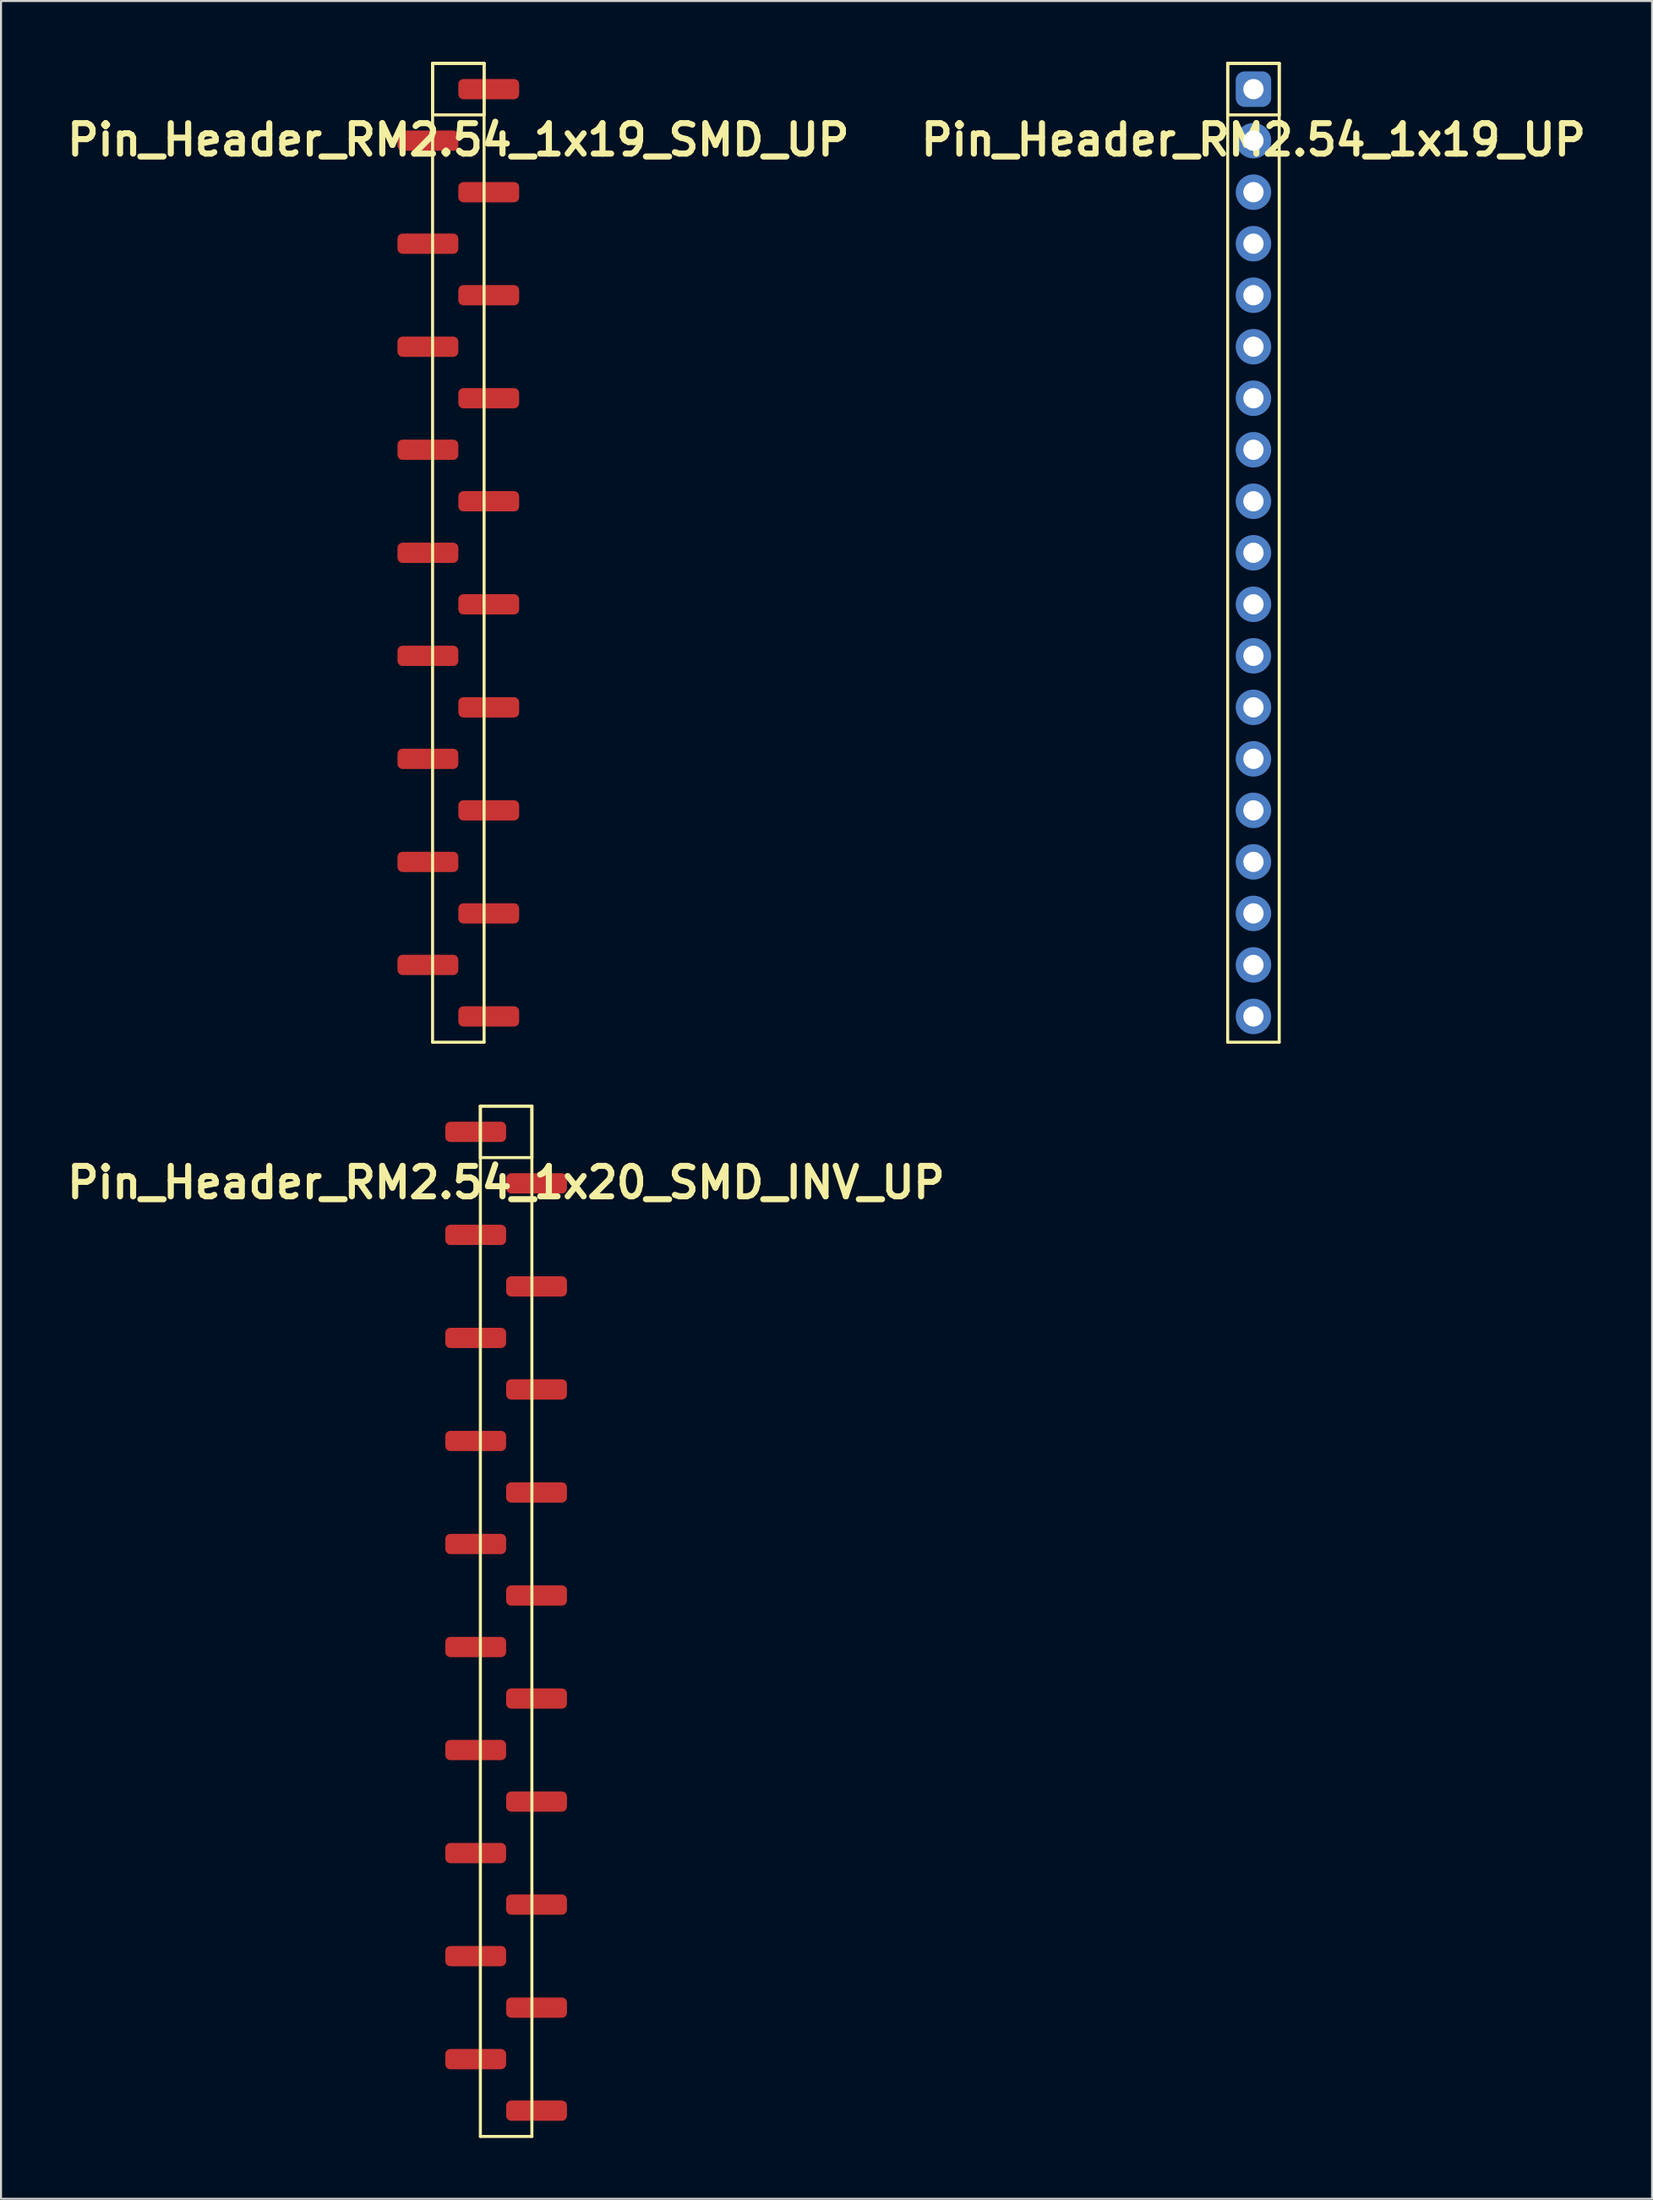
<source format=kicad_pcb>
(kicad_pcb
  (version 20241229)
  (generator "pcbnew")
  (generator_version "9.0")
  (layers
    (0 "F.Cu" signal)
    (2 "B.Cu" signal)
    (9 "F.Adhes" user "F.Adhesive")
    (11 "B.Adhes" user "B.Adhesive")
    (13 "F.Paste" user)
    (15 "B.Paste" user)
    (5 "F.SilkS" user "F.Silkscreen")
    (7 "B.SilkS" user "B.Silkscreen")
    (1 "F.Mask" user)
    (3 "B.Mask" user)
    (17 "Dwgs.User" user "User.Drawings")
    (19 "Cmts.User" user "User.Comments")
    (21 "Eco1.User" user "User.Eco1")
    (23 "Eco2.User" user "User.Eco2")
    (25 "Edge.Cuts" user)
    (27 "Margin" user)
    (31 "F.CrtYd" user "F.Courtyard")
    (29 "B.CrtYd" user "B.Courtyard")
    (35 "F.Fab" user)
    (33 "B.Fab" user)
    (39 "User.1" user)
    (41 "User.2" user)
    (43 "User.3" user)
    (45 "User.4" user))
  (footprint "Pin_Header_RM2.54_1x19_SMD_UP"
    (layer "F.Cu")
    (at 19.55 1.345)
    (property "Reference" "Pin_Header_RM2.54_1x19_SMD_UP" (at 0 2.5 0) (layer "F.SilkS") (effects (font (size 1.5 1.5) (thickness 0.3))))
    (attr through_hole)
    (fp_line (start -1.27 -1.27) (end 1.27 -1.27) (stroke (width 0.15) (type solid)) (layer "F.SilkS"))
    (fp_line (start -1.27 -1.27) (end 1.27 -1.27) (stroke (width 0.15) (type solid)) (layer "F.SilkS"))
    (fp_line (start -1.27 1.27) (end -1.27 -1.27) (stroke (width 0.15) (type solid)) (layer "F.SilkS"))
    (fp_line (start -1.27 46.99) (end -1.27 -1.27) (stroke (width 0.15) (type solid)) (layer "F.SilkS"))
    (fp_line (start 1.27 -1.27) (end 1.27 1.27) (stroke (width 0.15) (type solid)) (layer "F.SilkS"))
    (fp_line (start 1.27 -1.27) (end 1.27 46.99) (stroke (width 0.15) (type solid)) (layer "F.SilkS"))
    (fp_line (start 1.27 1.27) (end -1.27 1.27) (stroke (width 0.15) (type solid)) (layer "F.SilkS"))
    (fp_line (start 1.27 46.99) (end -1.27 46.99) (stroke (width 0.15) (type solid)) (layer "F.SilkS"))
    (pad "1" smd roundrect (at 1.5 0) (size 3 1) (layers "F.Cu" "F.Mask") (roundrect_rratio 0.25))
    (pad "2" smd roundrect (at -1.5 2.54) (size 3 1) (layers "F.Cu" "F.Mask") (roundrect_rratio 0.25))
    (pad "3" smd roundrect (at 1.5 5.08) (size 3 1) (layers "F.Cu" "F.Mask") (roundrect_rratio 0.25))
    (pad "4" smd roundrect (at -1.5 7.62) (size 3 1) (layers "F.Cu" "F.Mask") (roundrect_rratio 0.25))
    (pad "5" smd roundrect (at 1.5 10.16) (size 3 1) (layers "F.Cu" "F.Mask") (roundrect_rratio 0.25))
    (pad "6" smd roundrect (at -1.5 12.7) (size 3 1) (layers "F.Cu" "F.Mask") (roundrect_rratio 0.25))
    (pad "7" smd roundrect (at 1.5 15.24) (size 3 1) (layers "F.Cu" "F.Mask") (roundrect_rratio 0.25))
    (pad "8" smd roundrect (at -1.5 17.78) (size 3 1) (layers "F.Cu" "F.Mask") (roundrect_rratio 0.25))
    (pad "9" smd roundrect (at 1.5 20.32) (size 3 1) (layers "F.Cu" "F.Mask") (roundrect_rratio 0.25))
    (pad "10" smd roundrect (at -1.5 22.86) (size 3 1) (layers "F.Cu" "F.Mask") (roundrect_rratio 0.25))
    (pad "11" smd roundrect (at 1.5 25.4) (size 3 1) (layers "F.Cu" "F.Mask") (roundrect_rratio 0.25))
    (pad "12" smd roundrect (at -1.5 27.94) (size 3 1) (layers "F.Cu" "F.Mask") (roundrect_rratio 0.25))
    (pad "13" smd roundrect (at 1.5 30.48) (size 3 1) (layers "F.Cu" "F.Mask") (roundrect_rratio 0.25))
    (pad "14" smd roundrect (at -1.5 33.02) (size 3 1) (layers "F.Cu" "F.Mask") (roundrect_rratio 0.25))
    (pad "15" smd roundrect (at 1.5 35.56) (size 3 1) (layers "F.Cu" "F.Mask") (roundrect_rratio 0.25))
    (pad "16" smd roundrect (at -1.5 38.1) (size 3 1) (layers "F.Cu" "F.Mask") (roundrect_rratio 0.25))
    (pad "17" smd roundrect (at 1.5 40.64) (size 3 1) (layers "F.Cu" "F.Mask") (roundrect_rratio 0.25))
    (pad "18" smd roundrect (at -1.5 43.18) (size 3 1) (layers "F.Cu" "F.Mask") (roundrect_rratio 0.25))
    (pad "19" smd roundrect (at 1.5 45.72) (size 3 1) (layers "F.Cu" "F.Mask") (roundrect_rratio 0.25)))
  (footprint "Pin_Header_RM2.54_1x20_SMD_INV_UP"
    (layer "F.Cu")
    (at 21.907 52.755)
    (property "Reference" "Pin_Header_RM2.54_1x20_SMD_INV_UP" (at 0 2.5 0) (layer "F.SilkS") (effects (font (size 1.5 1.5) (thickness 0.3))))
    (attr through_hole)
    (fp_line (start -1.27 -1.27) (end 1.27 -1.27) (stroke (width 0.15) (type solid)) (layer "F.SilkS"))
    (fp_line (start -1.27 -1.27) (end 1.27 -1.27) (stroke (width 0.15) (type solid)) (layer "F.SilkS"))
    (fp_line (start -1.27 1.27) (end -1.27 -1.27) (stroke (width 0.15) (type solid)) (layer "F.SilkS"))
    (fp_line (start -1.27 49.53) (end -1.27 -1.27) (stroke (width 0.15) (type solid)) (layer "F.SilkS"))
    (fp_line (start 1.27 -1.27) (end 1.27 1.27) (stroke (width 0.15) (type solid)) (layer "F.SilkS"))
    (fp_line (start 1.27 -1.27) (end 1.27 49.53) (stroke (width 0.15) (type solid)) (layer "F.SilkS"))
    (fp_line (start 1.27 1.27) (end -1.27 1.27) (stroke (width 0.15) (type solid)) (layer "F.SilkS"))
    (fp_line (start 1.27 49.53) (end -1.27 49.53) (stroke (width 0.15) (type solid)) (layer "F.SilkS"))
    (pad "1" smd roundrect (at -1.5 0) (size 3 1) (layers "F.Cu" "F.Mask") (roundrect_rratio 0.25))
    (pad "2" smd roundrect (at 1.5 2.54) (size 3 1) (layers "F.Cu" "F.Mask") (roundrect_rratio 0.25))
    (pad "3" smd roundrect (at -1.5 5.08) (size 3 1) (layers "F.Cu" "F.Mask") (roundrect_rratio 0.25))
    (pad "4" smd roundrect (at 1.5 7.62) (size 3 1) (layers "F.Cu" "F.Mask") (roundrect_rratio 0.25))
    (pad "5" smd roundrect (at -1.5 10.16) (size 3 1) (layers "F.Cu" "F.Mask") (roundrect_rratio 0.25))
    (pad "6" smd roundrect (at 1.5 12.7) (size 3 1) (layers "F.Cu" "F.Mask") (roundrect_rratio 0.25))
    (pad "7" smd roundrect (at -1.5 15.24) (size 3 1) (layers "F.Cu" "F.Mask") (roundrect_rratio 0.25))
    (pad "8" smd roundrect (at 1.5 17.78) (size 3 1) (layers "F.Cu" "F.Mask") (roundrect_rratio 0.25))
    (pad "9" smd roundrect (at -1.5 20.32) (size 3 1) (layers "F.Cu" "F.Mask") (roundrect_rratio 0.25))
    (pad "10" smd roundrect (at 1.5 22.86) (size 3 1) (layers "F.Cu" "F.Mask") (roundrect_rratio 0.25))
    (pad "11" smd roundrect (at -1.5 25.4) (size 3 1) (layers "F.Cu" "F.Mask") (roundrect_rratio 0.25))
    (pad "12" smd roundrect (at 1.5 27.94) (size 3 1) (layers "F.Cu" "F.Mask") (roundrect_rratio 0.25))
    (pad "13" smd roundrect (at -1.5 30.48) (size 3 1) (layers "F.Cu" "F.Mask") (roundrect_rratio 0.25))
    (pad "14" smd roundrect (at 1.5 33.02) (size 3 1) (layers "F.Cu" "F.Mask") (roundrect_rratio 0.25))
    (pad "15" smd roundrect (at -1.5 35.56) (size 3 1) (layers "F.Cu" "F.Mask") (roundrect_rratio 0.25))
    (pad "16" smd roundrect (at 1.5 38.1) (size 3 1) (layers "F.Cu" "F.Mask") (roundrect_rratio 0.25))
    (pad "17" smd roundrect (at -1.5 40.64) (size 3 1) (layers "F.Cu" "F.Mask") (roundrect_rratio 0.25))
    (pad "18" smd roundrect (at 1.5 43.18) (size 3 1) (layers "F.Cu" "F.Mask") (roundrect_rratio 0.25))
    (pad "19" smd roundrect (at -1.5 45.72) (size 3 1) (layers "F.Cu" "F.Mask") (roundrect_rratio 0.25))
    (pad "20" smd roundrect (at 1.5 48.26) (size 3 1) (layers "F.Cu" "F.Mask") (roundrect_rratio 0.25)))
  (footprint "Pin_Header_RM2.54_1x19_UP"
    (layer "F.Cu")
    (at 58.757 1.345)
    (property "Reference" "Pin_Header_RM2.54_1x19_UP" (at 0 2.5 0) (layer "F.SilkS") (effects (font (size 1.5 1.5) (thickness 0.3))))
    (attr through_hole)
    (fp_line (start -1.27 -1.27) (end 1.27 -1.27) (stroke (width 0.15) (type solid)) (layer "F.SilkS"))
    (fp_line (start -1.27 -1.27) (end 1.27 -1.27) (stroke (width 0.15) (type solid)) (layer "F.SilkS"))
    (fp_line (start -1.27 1.27) (end -1.27 -1.27) (stroke (width 0.15) (type solid)) (layer "F.SilkS"))
    (fp_line (start -1.27 46.99) (end -1.27 -1.27) (stroke (width 0.15) (type solid)) (layer "F.SilkS"))
    (fp_line (start 1.27 -1.27) (end 1.27 1.27) (stroke (width 0.15) (type solid)) (layer "F.SilkS"))
    (fp_line (start 1.27 -1.27) (end 1.27 46.99) (stroke (width 0.15) (type solid)) (layer "F.SilkS"))
    (fp_line (start 1.27 1.27) (end -1.27 1.27) (stroke (width 0.15) (type solid)) (layer "F.SilkS"))
    (fp_line (start 1.27 46.99) (end -1.27 46.99) (stroke (width 0.15) (type solid)) (layer "F.SilkS"))
    (pad "1" thru_hole circle (at 0 0) (size 1.3 1.3) (drill 1) (layers "*.Cu" "*.Mask"))
    (pad "1" smd roundrect (at 0 0) (size 1.5 1.5) (layers "F.Cu" "F.Mask") (roundrect_rratio 0.25))
    (pad "1" smd roundrect (at 0 0) (size 1.75 1.75) (layers "B.Cu" "B.Mask") (roundrect_rratio 0.25))
    (pad "2" thru_hole circle (at 0 2.54) (size 1.3 1.3) (drill 1) (layers "*.Cu" "*.Mask"))
    (pad "2" smd circle (at 0 2.54) (size 1.5 1.5) (layers "F.Cu" "F.Mask"))
    (pad "2" smd circle (at 0 2.54) (size 1.75 1.75) (layers "B.Cu" "B.Mask"))
    (pad "3" thru_hole circle (at 0 5.08) (size 1.3 1.3) (drill 1) (layers "*.Cu" "*.Mask"))
    (pad "3" smd circle (at 0 5.08) (size 1.5 1.5) (layers "F.Cu" "F.Mask"))
    (pad "3" smd circle (at 0 5.08) (size 1.75 1.75) (layers "B.Cu" "B.Mask"))
    (pad "4" thru_hole circle (at 0 7.62) (size 1.3 1.3) (drill 1) (layers "*.Cu" "*.Mask"))
    (pad "4" smd circle (at 0 7.62) (size 1.5 1.5) (layers "F.Cu" "F.Mask"))
    (pad "4" smd circle (at 0 7.62) (size 1.75 1.75) (layers "B.Cu" "B.Mask"))
    (pad "5" thru_hole circle (at 0 10.16) (size 1.3 1.3) (drill 1) (layers "*.Cu" "*.Mask"))
    (pad "5" smd circle (at 0 10.16) (size 1.5 1.5) (layers "F.Cu" "F.Mask"))
    (pad "5" smd circle (at 0 10.16) (size 1.75 1.75) (layers "B.Cu" "B.Mask"))
    (pad "6" thru_hole circle (at 0 12.7) (size 1.3 1.3) (drill 1) (layers "*.Cu" "*.Mask"))
    (pad "6" smd circle (at 0 12.7) (size 1.5 1.5) (layers "F.Cu" "F.Mask"))
    (pad "6" smd circle (at 0 12.7) (size 1.75 1.75) (layers "B.Cu" "B.Mask"))
    (pad "7" thru_hole circle (at 0 15.24) (size 1.3 1.3) (drill 1) (layers "*.Cu" "*.Mask"))
    (pad "7" smd circle (at 0 15.24) (size 1.5 1.5) (layers "F.Cu" "F.Mask"))
    (pad "7" smd circle (at 0 15.24) (size 1.75 1.75) (layers "B.Cu" "B.Mask"))
    (pad "8" thru_hole circle (at 0 17.78) (size 1.3 1.3) (drill 1) (layers "*.Cu" "*.Mask"))
    (pad "8" smd circle (at 0 17.78) (size 1.5 1.5) (layers "F.Cu" "F.Mask"))
    (pad "8" smd circle (at 0 17.78) (size 1.75 1.75) (layers "B.Cu" "B.Mask"))
    (pad "9" thru_hole circle (at 0 20.32) (size 1.3 1.3) (drill 1) (layers "*.Cu" "*.Mask"))
    (pad "9" smd circle (at 0 20.32) (size 1.5 1.5) (layers "F.Cu" "F.Mask"))
    (pad "9" smd circle (at 0 20.32) (size 1.75 1.75) (layers "B.Cu" "B.Mask"))
    (pad "10" thru_hole circle (at 0 22.86) (size 1.3 1.3) (drill 1) (layers "*.Cu" "*.Mask"))
    (pad "10" smd circle (at 0 22.86) (size 1.5 1.5) (layers "F.Cu" "F.Mask"))
    (pad "10" smd circle (at 0 22.86) (size 1.75 1.75) (layers "B.Cu" "B.Mask"))
    (pad "11" thru_hole circle (at 0 25.4) (size 1.3 1.3) (drill 1) (layers "*.Cu" "*.Mask"))
    (pad "11" smd circle (at 0 25.4) (size 1.5 1.5) (layers "F.Cu" "F.Mask"))
    (pad "11" smd circle (at 0 25.4) (size 1.75 1.75) (layers "B.Cu" "B.Mask"))
    (pad "12" thru_hole circle (at 0 27.94) (size 1.3 1.3) (drill 1) (layers "*.Cu" "*.Mask"))
    (pad "12" smd circle (at 0 27.94) (size 1.5 1.5) (layers "F.Cu" "F.Mask"))
    (pad "12" smd circle (at 0 27.94) (size 1.75 1.75) (layers "B.Cu" "B.Mask"))
    (pad "13" thru_hole circle (at 0 30.48) (size 1.3 1.3) (drill 1) (layers "*.Cu" "*.Mask"))
    (pad "13" smd circle (at 0 30.48) (size 1.5 1.5) (layers "F.Cu" "F.Mask"))
    (pad "13" smd circle (at 0 30.48) (size 1.75 1.75) (layers "B.Cu" "B.Mask"))
    (pad "14" thru_hole circle (at 0 33.02) (size 1.3 1.3) (drill 1) (layers "*.Cu" "*.Mask"))
    (pad "14" smd circle (at 0 33.02) (size 1.5 1.5) (layers "F.Cu" "F.Mask"))
    (pad "14" smd circle (at 0 33.02) (size 1.75 1.75) (layers "B.Cu" "B.Mask"))
    (pad "15" thru_hole circle (at 0 35.56) (size 1.3 1.3) (drill 1) (layers "*.Cu" "*.Mask"))
    (pad "15" smd circle (at 0 35.56) (size 1.5 1.5) (layers "F.Cu" "F.Mask"))
    (pad "15" smd circle (at 0 35.56) (size 1.75 1.75) (layers "B.Cu" "B.Mask"))
    (pad "16" thru_hole circle (at 0 38.1) (size 1.3 1.3) (drill 1) (layers "*.Cu" "*.Mask"))
    (pad "16" smd circle (at 0 38.1) (size 1.5 1.5) (layers "F.Cu" "F.Mask"))
    (pad "16" smd circle (at 0 38.1) (size 1.75 1.75) (layers "B.Cu" "B.Mask"))
    (pad "17" thru_hole circle (at 0 40.64) (size 1.3 1.3) (drill 1) (layers "*.Cu" "*.Mask"))
    (pad "17" smd circle (at 0 40.64) (size 1.5 1.5) (layers "F.Cu" "F.Mask"))
    (pad "17" smd circle (at 0 40.64) (size 1.75 1.75) (layers "B.Cu" "B.Mask"))
    (pad "18" thru_hole circle (at 0 43.18) (size 1.3 1.3) (drill 1) (layers "*.Cu" "*.Mask"))
    (pad "18" smd circle (at 0 43.18) (size 1.5 1.5) (layers "F.Cu" "F.Mask"))
    (pad "18" smd circle (at 0 43.18) (size 1.75 1.75) (layers "B.Cu" "B.Mask"))
    (pad "19" thru_hole circle (at 0 45.72) (size 1.3 1.3) (drill 1) (layers "*.Cu" "*.Mask"))
    (pad "19" smd circle (at 0 45.72) (size 1.5 1.5) (layers "F.Cu" "F.Mask"))
    (pad "19" smd circle (at 0 45.72) (size 1.75 1.75) (layers "B.Cu" "B.Mask")))
  (gr_rect
    (start -3 -3)
    (end 78.414 105.36)
    (stroke (width 0.1) (type default))
    (fill no)
    (layer "Edge.Cuts")))
</source>
